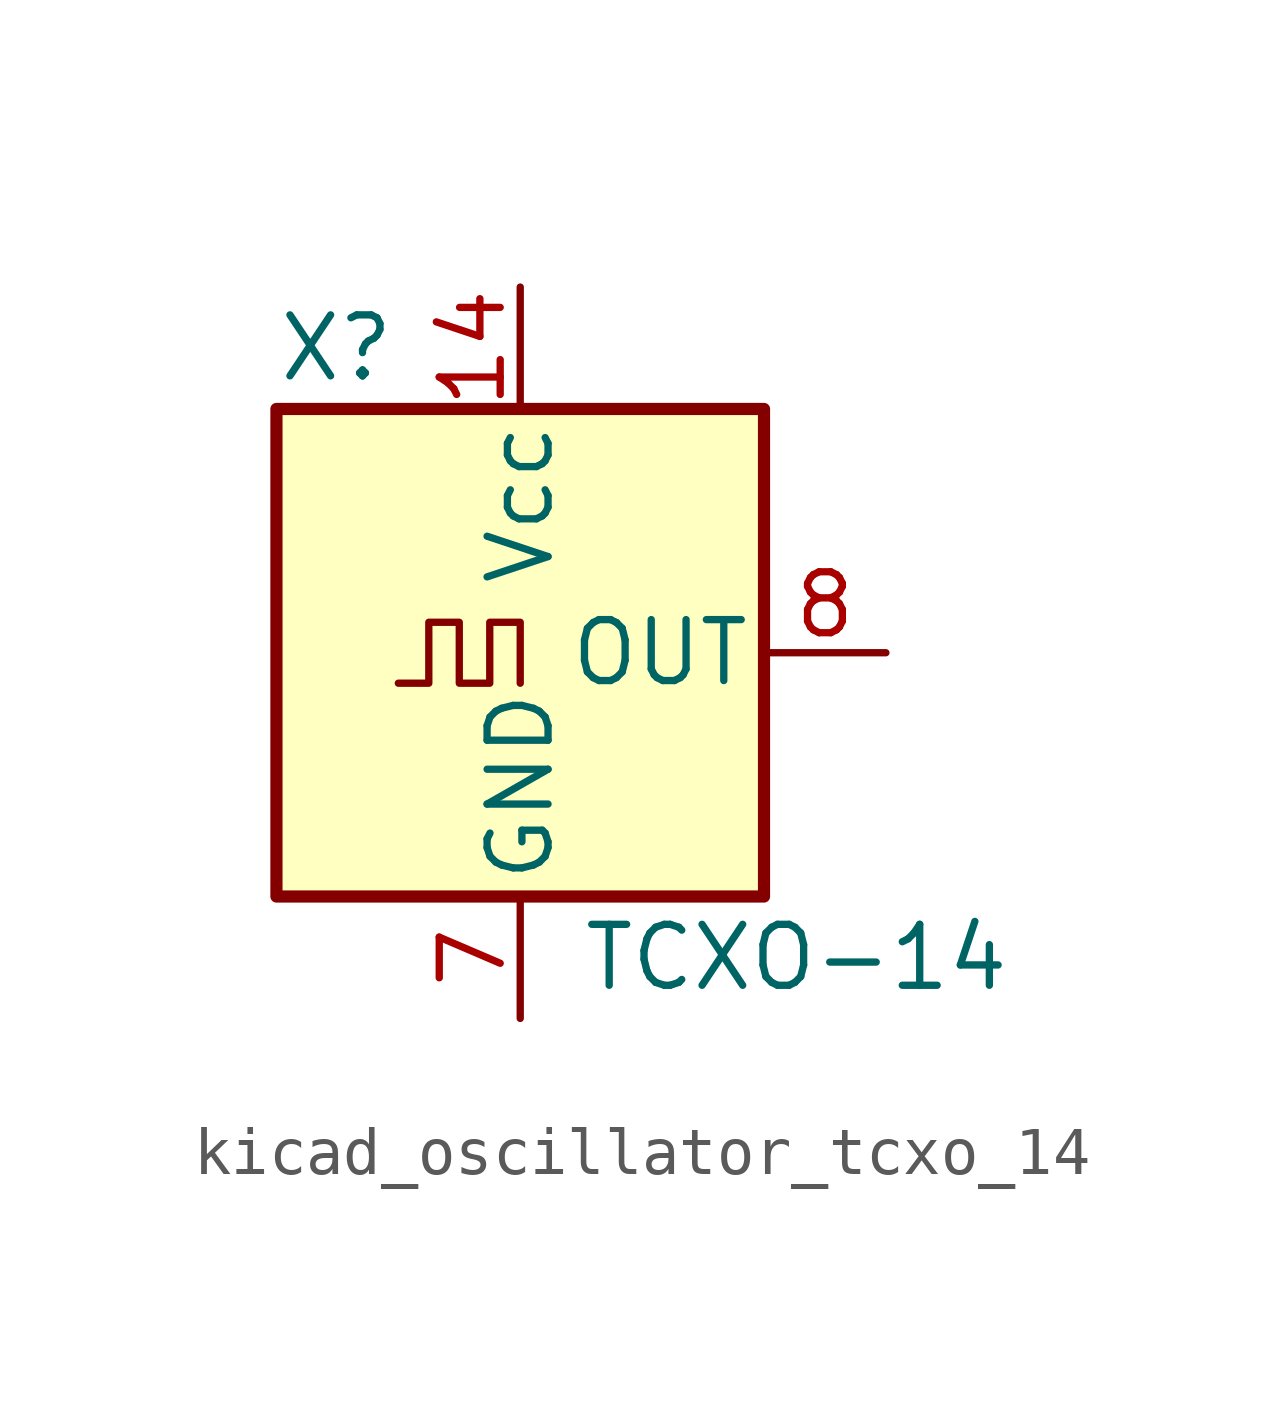
<source format=kicad_sym>
(kicad_symbol_lib
  (version 20220914)
  (generator kicad_symbol_editor)
  (symbol "kicad_oscillator_tcxo_14"
    (pin_names
      (offset 0.254))
    (property "Reference" "X"
      (at -5.08 6.35 0)
      (effects (font (size 1.27 1.27)) (justify left)))
    (property "Value" "TCXO-14"
      (at 1.27 -6.35 0)
      (effects (font (size 1.27 1.27)) (justify left)))
    (symbol "kicad_oscillator_tcxo_14_0_1"
      (rectangle (start -5.08 5.08) (end 5.08 -5.08) (stroke (width 0.254) (type default)) (fill (type background)))
      (polyline (pts (xy -2.54 -0.635) (xy -1.905 -0.635) (xy -1.905 0.635) (xy -1.27 0.635) (xy -1.27 -0.635) (xy -0.635 -0.635) (xy -0.635 0.635) (xy 0 0.635) (xy 0 -0.635)) (stroke (width 0) (type default)) (fill (type none))))
    (symbol "kicad_oscillator_tcxo_14_1_1"
      (pin no_connect line (at -5.08 2.54 0) (length 2.54) hide (name "NC" (effects (font (size 1.27 1.27)))) (number "1" (effects (font (size 1.27 1.27)))))
      (pin power_in line (at 0 7.62 270) (length 2.54) (name "Vcc" (effects (font (size 1.27 1.27)))) (number "14" (effects (font (size 1.27 1.27)))))
      (pin power_in line (at 0 -7.62 90) (length 2.54) (name "GND" (effects (font (size 1.27 1.27)))) (number "7" (effects (font (size 1.27 1.27)))))
      (pin output line (at 7.62 0 180) (length 2.54) (name "OUT" (effects (font (size 1.27 1.27)))) (number "8" (effects (font (size 1.27 1.27))))))))
</source>
